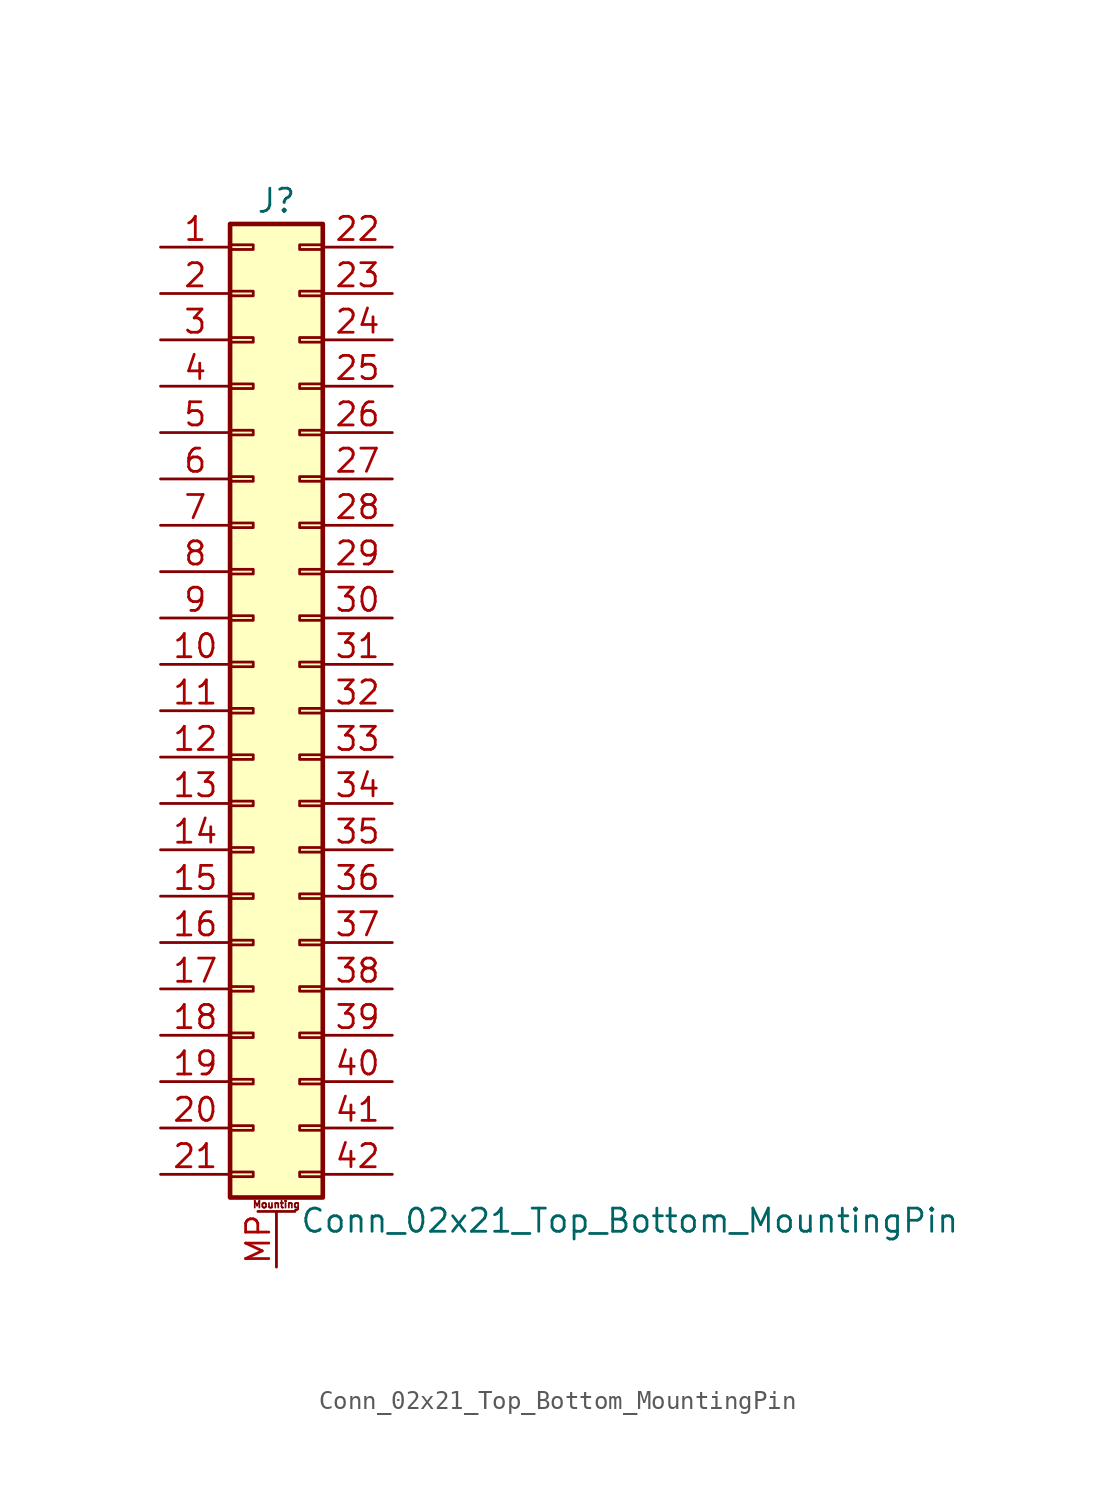
<source format=kicad_sym>
(kicad_symbol_lib
  (version 20211014)
  (generator kicad_symbol_editor)
  (symbol "Conn_02x21_Top_Bottom_MountingPin"
    (pin_names
      (offset 1.016) hide)
    (property "Reference" "J"
      (at 1.27 27.94 0)
      (effects (font (size 1.27 1.27))))
    (property "Value" "Conn_02x21_Top_Bottom_MountingPin"
      (at 2.54 -27.94 0)
      (effects (font (size 1.27 1.27)) (justify left)))
    (symbol "Conn_02x21_Top_Bottom_MountingPin_1_1"
      (rectangle (start -1.27 -25.273) (end 0 -25.527) (stroke (width 0.152) (type default) (color 0 0 0 0)) (fill (type none)))
      (rectangle (start -1.27 -22.733) (end 0 -22.987) (stroke (width 0.152) (type default) (color 0 0 0 0)) (fill (type none)))
      (rectangle (start -1.27 -20.193) (end 0 -20.447) (stroke (width 0.152) (type default) (color 0 0 0 0)) (fill (type none)))
      (rectangle (start -1.27 -17.653) (end 0 -17.907) (stroke (width 0.152) (type default) (color 0 0 0 0)) (fill (type none)))
      (rectangle (start -1.27 -15.113) (end 0 -15.367) (stroke (width 0.152) (type default) (color 0 0 0 0)) (fill (type none)))
      (rectangle (start -1.27 -12.573) (end 0 -12.827) (stroke (width 0.152) (type default) (color 0 0 0 0)) (fill (type none)))
      (rectangle (start -1.27 -10.033) (end 0 -10.287) (stroke (width 0.152) (type default) (color 0 0 0 0)) (fill (type none)))
      (rectangle (start -1.27 -7.493) (end 0 -7.747) (stroke (width 0.152) (type default) (color 0 0 0 0)) (fill (type none)))
      (rectangle (start -1.27 -4.953) (end 0 -5.207) (stroke (width 0.152) (type default) (color 0 0 0 0)) (fill (type none)))
      (rectangle (start -1.27 -2.413) (end 0 -2.667) (stroke (width 0.152) (type default) (color 0 0 0 0)) (fill (type none)))
      (rectangle (start -1.27 0.127) (end 0 -0.127) (stroke (width 0.152) (type default) (color 0 0 0 0)) (fill (type none)))
      (rectangle (start -1.27 2.667) (end 0 2.413) (stroke (width 0.152) (type default) (color 0 0 0 0)) (fill (type none)))
      (rectangle (start -1.27 5.207) (end 0 4.953) (stroke (width 0.152) (type default) (color 0 0 0 0)) (fill (type none)))
      (rectangle (start -1.27 7.747) (end 0 7.493) (stroke (width 0.152) (type default) (color 0 0 0 0)) (fill (type none)))
      (rectangle (start -1.27 10.287) (end 0 10.033) (stroke (width 0.152) (type default) (color 0 0 0 0)) (fill (type none)))
      (rectangle (start -1.27 12.827) (end 0 12.573) (stroke (width 0.152) (type default) (color 0 0 0 0)) (fill (type none)))
      (rectangle (start -1.27 15.367) (end 0 15.113) (stroke (width 0.152) (type default) (color 0 0 0 0)) (fill (type none)))
      (rectangle (start -1.27 17.907) (end 0 17.653) (stroke (width 0.152) (type default) (color 0 0 0 0)) (fill (type none)))
      (rectangle (start -1.27 20.447) (end 0 20.193) (stroke (width 0.152) (type default) (color 0 0 0 0)) (fill (type none)))
      (rectangle (start -1.27 22.987) (end 0 22.733) (stroke (width 0.152) (type default) (color 0 0 0 0)) (fill (type none)))
      (rectangle (start -1.27 25.527) (end 0 25.273) (stroke (width 0.152) (type default) (color 0 0 0 0)) (fill (type none)))
      (rectangle (start -1.27 26.67) (end 3.81 -26.67) (stroke (width 0.254) (type default) (color 0 0 0 0)) (fill (type background)))
      (polyline (pts (xy 0.254 -27.432) (xy 2.286 -27.432)) (stroke (width 0.152) (type default) (color 0 0 0 0)) (fill (type none)))
      (rectangle (start 3.81 -25.273) (end 2.54 -25.527) (stroke (width 0.152) (type default) (color 0 0 0 0)) (fill (type none)))
      (rectangle (start 3.81 -22.733) (end 2.54 -22.987) (stroke (width 0.152) (type default) (color 0 0 0 0)) (fill (type none)))
      (rectangle (start 3.81 -20.193) (end 2.54 -20.447) (stroke (width 0.152) (type default) (color 0 0 0 0)) (fill (type none)))
      (rectangle (start 3.81 -17.653) (end 2.54 -17.907) (stroke (width 0.152) (type default) (color 0 0 0 0)) (fill (type none)))
      (rectangle (start 3.81 -15.113) (end 2.54 -15.367) (stroke (width 0.152) (type default) (color 0 0 0 0)) (fill (type none)))
      (rectangle (start 3.81 -12.573) (end 2.54 -12.827) (stroke (width 0.152) (type default) (color 0 0 0 0)) (fill (type none)))
      (rectangle (start 3.81 -10.033) (end 2.54 -10.287) (stroke (width 0.152) (type default) (color 0 0 0 0)) (fill (type none)))
      (rectangle (start 3.81 -7.493) (end 2.54 -7.747) (stroke (width 0.152) (type default) (color 0 0 0 0)) (fill (type none)))
      (rectangle (start 3.81 -4.953) (end 2.54 -5.207) (stroke (width 0.152) (type default) (color 0 0 0 0)) (fill (type none)))
      (rectangle (start 3.81 -2.413) (end 2.54 -2.667) (stroke (width 0.152) (type default) (color 0 0 0 0)) (fill (type none)))
      (rectangle (start 3.81 0.127) (end 2.54 -0.127) (stroke (width 0.152) (type default) (color 0 0 0 0)) (fill (type none)))
      (rectangle (start 3.81 2.667) (end 2.54 2.413) (stroke (width 0.152) (type default) (color 0 0 0 0)) (fill (type none)))
      (rectangle (start 3.81 5.207) (end 2.54 4.953) (stroke (width 0.152) (type default) (color 0 0 0 0)) (fill (type none)))
      (rectangle (start 3.81 7.747) (end 2.54 7.493) (stroke (width 0.152) (type default) (color 0 0 0 0)) (fill (type none)))
      (rectangle (start 3.81 10.287) (end 2.54 10.033) (stroke (width 0.152) (type default) (color 0 0 0 0)) (fill (type none)))
      (rectangle (start 3.81 12.827) (end 2.54 12.573) (stroke (width 0.152) (type default) (color 0 0 0 0)) (fill (type none)))
      (rectangle (start 3.81 15.367) (end 2.54 15.113) (stroke (width 0.152) (type default) (color 0 0 0 0)) (fill (type none)))
      (rectangle (start 3.81 17.907) (end 2.54 17.653) (stroke (width 0.152) (type default) (color 0 0 0 0)) (fill (type none)))
      (rectangle (start 3.81 20.447) (end 2.54 20.193) (stroke (width 0.152) (type default) (color 0 0 0 0)) (fill (type none)))
      (rectangle (start 3.81 22.987) (end 2.54 22.733) (stroke (width 0.152) (type default) (color 0 0 0 0)) (fill (type none)))
      (rectangle (start 3.81 25.527) (end 2.54 25.273) (stroke (width 0.152) (type default) (color 0 0 0 0)) (fill (type none)))
      (text "Mounting" (at 1.27 -27.051 0) (effects (font (size 0.381 0.381))))
      (pin passive line (at -5.08 25.4 0) (length 3.81) (name "Pin_1" (effects (font (size 1.27 1.27)))) (number "1" (effects (font (size 1.27 1.27)))))
      (pin passive line (at -5.08 2.54 0) (length 3.81) (name "Pin_10" (effects (font (size 1.27 1.27)))) (number "10" (effects (font (size 1.27 1.27)))))
      (pin passive line (at -5.08 0 0) (length 3.81) (name "Pin_11" (effects (font (size 1.27 1.27)))) (number "11" (effects (font (size 1.27 1.27)))))
      (pin passive line (at -5.08 -2.54 0) (length 3.81) (name "Pin_12" (effects (font (size 1.27 1.27)))) (number "12" (effects (font (size 1.27 1.27)))))
      (pin passive line (at -5.08 -5.08 0) (length 3.81) (name "Pin_13" (effects (font (size 1.27 1.27)))) (number "13" (effects (font (size 1.27 1.27)))))
      (pin passive line (at -5.08 -7.62 0) (length 3.81) (name "Pin_14" (effects (font (size 1.27 1.27)))) (number "14" (effects (font (size 1.27 1.27)))))
      (pin passive line (at -5.08 -10.16 0) (length 3.81) (name "Pin_15" (effects (font (size 1.27 1.27)))) (number "15" (effects (font (size 1.27 1.27)))))
      (pin passive line (at -5.08 -12.7 0) (length 3.81) (name "Pin_16" (effects (font (size 1.27 1.27)))) (number "16" (effects (font (size 1.27 1.27)))))
      (pin passive line (at -5.08 -15.24 0) (length 3.81) (name "Pin_17" (effects (font (size 1.27 1.27)))) (number "17" (effects (font (size 1.27 1.27)))))
      (pin passive line (at -5.08 -17.78 0) (length 3.81) (name "Pin_18" (effects (font (size 1.27 1.27)))) (number "18" (effects (font (size 1.27 1.27)))))
      (pin passive line (at -5.08 -20.32 0) (length 3.81) (name "Pin_19" (effects (font (size 1.27 1.27)))) (number "19" (effects (font (size 1.27 1.27)))))
      (pin passive line (at -5.08 22.86 0) (length 3.81) (name "Pin_2" (effects (font (size 1.27 1.27)))) (number "2" (effects (font (size 1.27 1.27)))))
      (pin passive line (at -5.08 -22.86 0) (length 3.81) (name "Pin_20" (effects (font (size 1.27 1.27)))) (number "20" (effects (font (size 1.27 1.27)))))
      (pin passive line (at -5.08 -25.4 0) (length 3.81) (name "Pin_21" (effects (font (size 1.27 1.27)))) (number "21" (effects (font (size 1.27 1.27)))))
      (pin passive line (at 7.62 25.4 180) (length 3.81) (name "Pin_22" (effects (font (size 1.27 1.27)))) (number "22" (effects (font (size 1.27 1.27)))))
      (pin passive line (at 7.62 22.86 180) (length 3.81) (name "Pin_23" (effects (font (size 1.27 1.27)))) (number "23" (effects (font (size 1.27 1.27)))))
      (pin passive line (at 7.62 20.32 180) (length 3.81) (name "Pin_24" (effects (font (size 1.27 1.27)))) (number "24" (effects (font (size 1.27 1.27)))))
      (pin passive line (at 7.62 17.78 180) (length 3.81) (name "Pin_25" (effects (font (size 1.27 1.27)))) (number "25" (effects (font (size 1.27 1.27)))))
      (pin passive line (at 7.62 15.24 180) (length 3.81) (name "Pin_26" (effects (font (size 1.27 1.27)))) (number "26" (effects (font (size 1.27 1.27)))))
      (pin passive line (at 7.62 12.7 180) (length 3.81) (name "Pin_27" (effects (font (size 1.27 1.27)))) (number "27" (effects (font (size 1.27 1.27)))))
      (pin passive line (at 7.62 10.16 180) (length 3.81) (name "Pin_28" (effects (font (size 1.27 1.27)))) (number "28" (effects (font (size 1.27 1.27)))))
      (pin passive line (at 7.62 7.62 180) (length 3.81) (name "Pin_29" (effects (font (size 1.27 1.27)))) (number "29" (effects (font (size 1.27 1.27)))))
      (pin passive line (at -5.08 20.32 0) (length 3.81) (name "Pin_3" (effects (font (size 1.27 1.27)))) (number "3" (effects (font (size 1.27 1.27)))))
      (pin passive line (at 7.62 5.08 180) (length 3.81) (name "Pin_30" (effects (font (size 1.27 1.27)))) (number "30" (effects (font (size 1.27 1.27)))))
      (pin passive line (at 7.62 2.54 180) (length 3.81) (name "Pin_31" (effects (font (size 1.27 1.27)))) (number "31" (effects (font (size 1.27 1.27)))))
      (pin passive line (at 7.62 0 180) (length 3.81) (name "Pin_32" (effects (font (size 1.27 1.27)))) (number "32" (effects (font (size 1.27 1.27)))))
      (pin passive line (at 7.62 -2.54 180) (length 3.81) (name "Pin_33" (effects (font (size 1.27 1.27)))) (number "33" (effects (font (size 1.27 1.27)))))
      (pin passive line (at 7.62 -5.08 180) (length 3.81) (name "Pin_34" (effects (font (size 1.27 1.27)))) (number "34" (effects (font (size 1.27 1.27)))))
      (pin passive line (at 7.62 -7.62 180) (length 3.81) (name "Pin_35" (effects (font (size 1.27 1.27)))) (number "35" (effects (font (size 1.27 1.27)))))
      (pin passive line (at 7.62 -10.16 180) (length 3.81) (name "Pin_36" (effects (font (size 1.27 1.27)))) (number "36" (effects (font (size 1.27 1.27)))))
      (pin passive line (at 7.62 -12.7 180) (length 3.81) (name "Pin_37" (effects (font (size 1.27 1.27)))) (number "37" (effects (font (size 1.27 1.27)))))
      (pin passive line (at 7.62 -15.24 180) (length 3.81) (name "Pin_38" (effects (font (size 1.27 1.27)))) (number "38" (effects (font (size 1.27 1.27)))))
      (pin passive line (at 7.62 -17.78 180) (length 3.81) (name "Pin_39" (effects (font (size 1.27 1.27)))) (number "39" (effects (font (size 1.27 1.27)))))
      (pin passive line (at -5.08 17.78 0) (length 3.81) (name "Pin_4" (effects (font (size 1.27 1.27)))) (number "4" (effects (font (size 1.27 1.27)))))
      (pin passive line (at 7.62 -20.32 180) (length 3.81) (name "Pin_40" (effects (font (size 1.27 1.27)))) (number "40" (effects (font (size 1.27 1.27)))))
      (pin passive line (at 7.62 -22.86 180) (length 3.81) (name "Pin_41" (effects (font (size 1.27 1.27)))) (number "41" (effects (font (size 1.27 1.27)))))
      (pin passive line (at 7.62 -25.4 180) (length 3.81) (name "Pin_42" (effects (font (size 1.27 1.27)))) (number "42" (effects (font (size 1.27 1.27)))))
      (pin passive line (at -5.08 15.24 0) (length 3.81) (name "Pin_5" (effects (font (size 1.27 1.27)))) (number "5" (effects (font (size 1.27 1.27)))))
      (pin passive line (at -5.08 12.7 0) (length 3.81) (name "Pin_6" (effects (font (size 1.27 1.27)))) (number "6" (effects (font (size 1.27 1.27)))))
      (pin passive line (at -5.08 10.16 0) (length 3.81) (name "Pin_7" (effects (font (size 1.27 1.27)))) (number "7" (effects (font (size 1.27 1.27)))))
      (pin passive line (at -5.08 7.62 0) (length 3.81) (name "Pin_8" (effects (font (size 1.27 1.27)))) (number "8" (effects (font (size 1.27 1.27)))))
      (pin passive line (at -5.08 5.08 0) (length 3.81) (name "Pin_9" (effects (font (size 1.27 1.27)))) (number "9" (effects (font (size 1.27 1.27)))))
      (pin passive line (at 1.27 -30.48 90) (length 3.048) (name "MountPin" (effects (font (size 1.27 1.27)))) (number "MP" (effects (font (size 1.27 1.27))))))))
</source>
